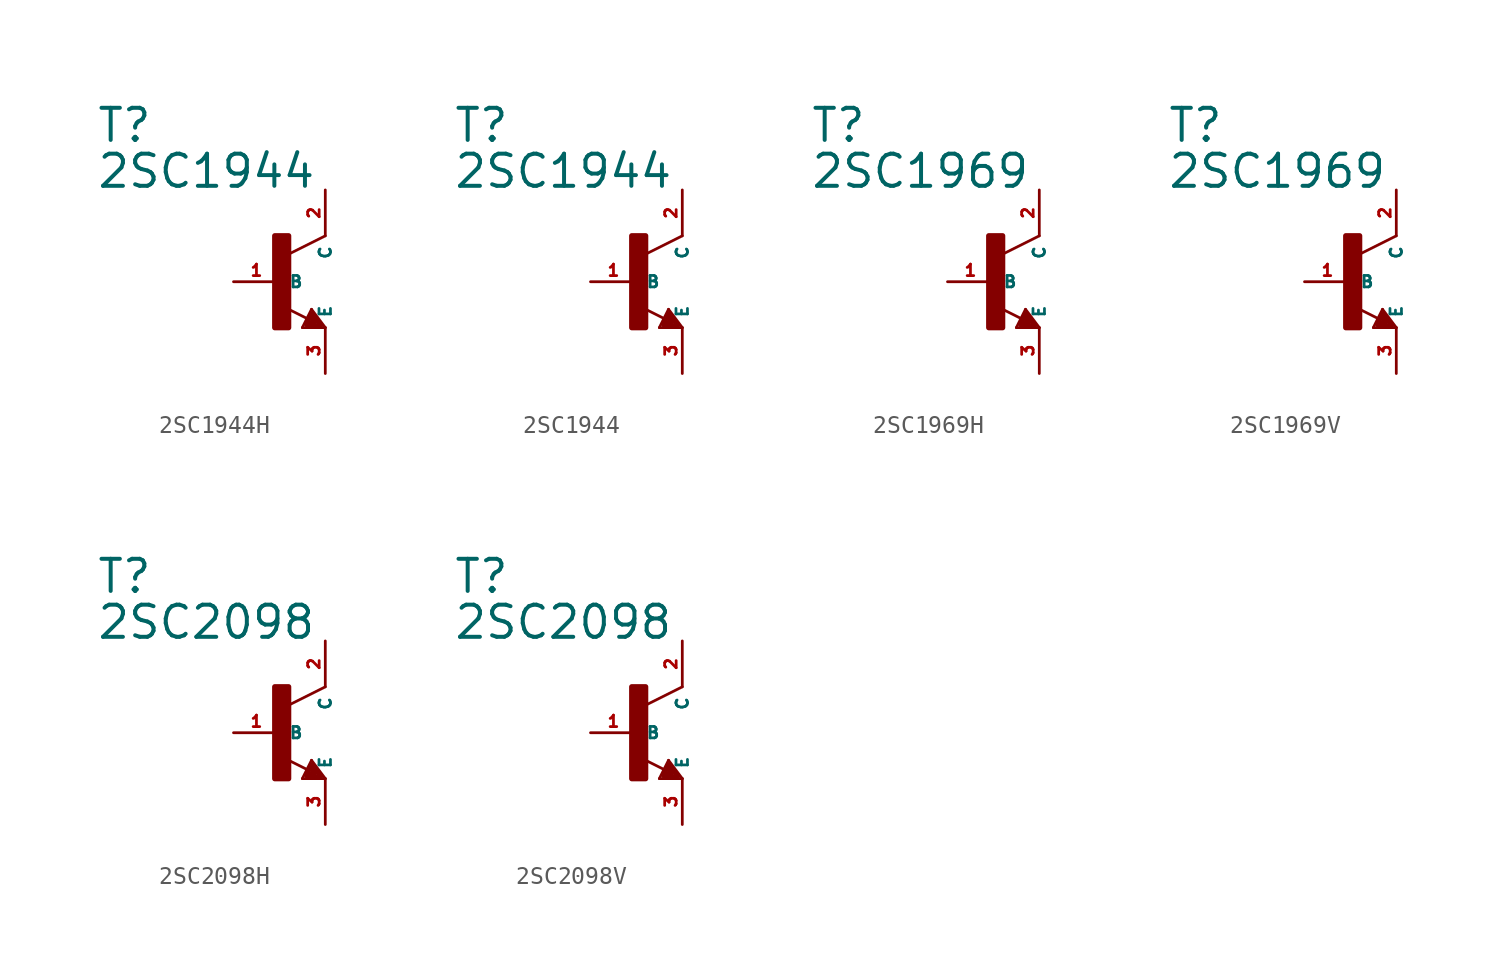
<source format=kicad_sym>
(kicad_symbol_lib
  (version 20220914)
  (generator Eagle2Kicad)
  (symbol "2SC1944H"
    (property "Reference" "T"
      (at -10.16 7.62 0)
      (effects (font (size 1.778 1.778) (thickness 0.22)) (justify left bottom)))
    (property "Value" "2SC1944"
      (at -10.16 5.08 0)
      (effects (font (size 1.778 1.778) (thickness 0.22)) (justify left bottom)))
    (polyline
      (pts (xy 2.54 2.54) (xy 0.508 1.524))
      (stroke (width 0.152) (type default))
      (fill (type none)))
    (polyline
      (pts (xy 1.778 -1.524) (xy 2.54 -2.54))
      (stroke (width 0.152) (type default))
      (fill (type none)))
    (polyline
      (pts (xy 2.54 -2.54) (xy 1.27 -2.54))
      (stroke (width 0.152) (type default))
      (fill (type none)))
    (polyline
      (pts (xy 1.27 -2.54) (xy 1.778 -1.524))
      (stroke (width 0.152) (type default))
      (fill (type none)))
    (polyline
      (pts (xy 1.54 -2.04) (xy 0.308 -1.424))
      (stroke (width 0.152) (type default))
      (fill (type none)))
    (polyline
      (pts (xy 1.524 -2.413) (xy 2.286 -2.413))
      (stroke (width 0.254) (type default))
      (fill (type none)))
    (polyline
      (pts (xy 2.286 -2.413) (xy 1.778 -1.778))
      (stroke (width 0.254) (type default))
      (fill (type none)))
    (polyline
      (pts (xy 1.778 -1.778) (xy 1.524 -2.286))
      (stroke (width 0.254) (type default))
      (fill (type none)))
    (polyline
      (pts (xy 1.524 -2.286) (xy 1.905 -2.286))
      (stroke (width 0.254) (type default))
      (fill (type none)))
    (polyline
      (pts (xy 1.905 -2.286) (xy 1.778 -2.032))
      (stroke (width 0.254) (type default))
      (fill (type none)))
    (rectangle
      (start -0.254 -2.54)
      (end 0.508 2.54)
      (stroke (width 0.3) (type default))
      (fill (type outline)))
    (pin passive line
      (at -2.54 0 0)
      (length 2.54)
      (name "B" (effects (font (size 0.635 0.635) (thickness 0.08)) (justify left bottom)))
      (number "1" (effects (font (size 0.635 0.635) (thickness 0.08)) (justify left bottom))))
    (pin passive line
      (at 2.54 -5.08 90)
      (length 2.54)
      (name "E" (effects (font (size 0.635 0.635) (thickness 0.08)) (justify left bottom)))
      (number "3" (effects (font (size 0.635 0.635) (thickness 0.08)) (justify left bottom))))
    (pin passive line
      (at 2.54 5.08 270)
      (length 2.54)
      (name "C" (effects (font (size 0.635 0.635) (thickness 0.08)) (justify left bottom)))
      (number "2" (effects (font (size 0.635 0.635) (thickness 0.08)) (justify left bottom)))))
  (symbol "2SC1944"
    (property "Reference" "T"
      (at -10.16 7.62 0)
      (effects (font (size 1.778 1.778) (thickness 0.22)) (justify left bottom)))
    (property "Value" "2SC1944"
      (at -10.16 5.08 0)
      (effects (font (size 1.778 1.778) (thickness 0.22)) (justify left bottom)))
    (polyline
      (pts (xy 2.54 2.54) (xy 0.508 1.524))
      (stroke (width 0.152) (type default))
      (fill (type none)))
    (polyline
      (pts (xy 1.778 -1.524) (xy 2.54 -2.54))
      (stroke (width 0.152) (type default))
      (fill (type none)))
    (polyline
      (pts (xy 2.54 -2.54) (xy 1.27 -2.54))
      (stroke (width 0.152) (type default))
      (fill (type none)))
    (polyline
      (pts (xy 1.27 -2.54) (xy 1.778 -1.524))
      (stroke (width 0.152) (type default))
      (fill (type none)))
    (polyline
      (pts (xy 1.54 -2.04) (xy 0.308 -1.424))
      (stroke (width 0.152) (type default))
      (fill (type none)))
    (polyline
      (pts (xy 1.524 -2.413) (xy 2.286 -2.413))
      (stroke (width 0.254) (type default))
      (fill (type none)))
    (polyline
      (pts (xy 2.286 -2.413) (xy 1.778 -1.778))
      (stroke (width 0.254) (type default))
      (fill (type none)))
    (polyline
      (pts (xy 1.778 -1.778) (xy 1.524 -2.286))
      (stroke (width 0.254) (type default))
      (fill (type none)))
    (polyline
      (pts (xy 1.524 -2.286) (xy 1.905 -2.286))
      (stroke (width 0.254) (type default))
      (fill (type none)))
    (polyline
      (pts (xy 1.905 -2.286) (xy 1.778 -2.032))
      (stroke (width 0.254) (type default))
      (fill (type none)))
    (rectangle
      (start -0.254 -2.54)
      (end 0.508 2.54)
      (stroke (width 0.3) (type default))
      (fill (type outline)))
    (pin passive line
      (at -2.54 0 0)
      (length 2.54)
      (name "B" (effects (font (size 0.635 0.635) (thickness 0.08)) (justify left bottom)))
      (number "1" (effects (font (size 0.635 0.635) (thickness 0.08)) (justify left bottom))))
    (pin passive line
      (at 2.54 -5.08 90)
      (length 2.54)
      (name "E" (effects (font (size 0.635 0.635) (thickness 0.08)) (justify left bottom)))
      (number "3" (effects (font (size 0.635 0.635) (thickness 0.08)) (justify left bottom))))
    (pin passive line
      (at 2.54 5.08 270)
      (length 2.54)
      (name "C" (effects (font (size 0.635 0.635) (thickness 0.08)) (justify left bottom)))
      (number "2" (effects (font (size 0.635 0.635) (thickness 0.08)) (justify left bottom)))))
  (symbol "2SC1969H"
    (property "Reference" "T"
      (at -10.16 7.62 0)
      (effects (font (size 1.778 1.778) (thickness 0.22)) (justify left bottom)))
    (property "Value" "2SC1969"
      (at -10.16 5.08 0)
      (effects (font (size 1.778 1.778) (thickness 0.22)) (justify left bottom)))
    (polyline
      (pts (xy 2.54 2.54) (xy 0.508 1.524))
      (stroke (width 0.152) (type default))
      (fill (type none)))
    (polyline
      (pts (xy 1.778 -1.524) (xy 2.54 -2.54))
      (stroke (width 0.152) (type default))
      (fill (type none)))
    (polyline
      (pts (xy 2.54 -2.54) (xy 1.27 -2.54))
      (stroke (width 0.152) (type default))
      (fill (type none)))
    (polyline
      (pts (xy 1.27 -2.54) (xy 1.778 -1.524))
      (stroke (width 0.152) (type default))
      (fill (type none)))
    (polyline
      (pts (xy 1.54 -2.04) (xy 0.308 -1.424))
      (stroke (width 0.152) (type default))
      (fill (type none)))
    (polyline
      (pts (xy 1.524 -2.413) (xy 2.286 -2.413))
      (stroke (width 0.254) (type default))
      (fill (type none)))
    (polyline
      (pts (xy 2.286 -2.413) (xy 1.778 -1.778))
      (stroke (width 0.254) (type default))
      (fill (type none)))
    (polyline
      (pts (xy 1.778 -1.778) (xy 1.524 -2.286))
      (stroke (width 0.254) (type default))
      (fill (type none)))
    (polyline
      (pts (xy 1.524 -2.286) (xy 1.905 -2.286))
      (stroke (width 0.254) (type default))
      (fill (type none)))
    (polyline
      (pts (xy 1.905 -2.286) (xy 1.778 -2.032))
      (stroke (width 0.254) (type default))
      (fill (type none)))
    (rectangle
      (start -0.254 -2.54)
      (end 0.508 2.54)
      (stroke (width 0.3) (type default))
      (fill (type outline)))
    (pin passive line
      (at -2.54 0 0)
      (length 2.54)
      (name "B" (effects (font (size 0.635 0.635) (thickness 0.08)) (justify left bottom)))
      (number "1" (effects (font (size 0.635 0.635) (thickness 0.08)) (justify left bottom))))
    (pin passive line
      (at 2.54 -5.08 90)
      (length 2.54)
      (name "E" (effects (font (size 0.635 0.635) (thickness 0.08)) (justify left bottom)))
      (number "3" (effects (font (size 0.635 0.635) (thickness 0.08)) (justify left bottom))))
    (pin passive line
      (at 2.54 5.08 270)
      (length 2.54)
      (name "C" (effects (font (size 0.635 0.635) (thickness 0.08)) (justify left bottom)))
      (number "2" (effects (font (size 0.635 0.635) (thickness 0.08)) (justify left bottom)))))
  (symbol "2SC1969V"
    (property "Reference" "T"
      (at -10.16 7.62 0)
      (effects (font (size 1.778 1.778) (thickness 0.22)) (justify left bottom)))
    (property "Value" "2SC1969"
      (at -10.16 5.08 0)
      (effects (font (size 1.778 1.778) (thickness 0.22)) (justify left bottom)))
    (polyline
      (pts (xy 2.54 2.54) (xy 0.508 1.524))
      (stroke (width 0.152) (type default))
      (fill (type none)))
    (polyline
      (pts (xy 1.778 -1.524) (xy 2.54 -2.54))
      (stroke (width 0.152) (type default))
      (fill (type none)))
    (polyline
      (pts (xy 2.54 -2.54) (xy 1.27 -2.54))
      (stroke (width 0.152) (type default))
      (fill (type none)))
    (polyline
      (pts (xy 1.27 -2.54) (xy 1.778 -1.524))
      (stroke (width 0.152) (type default))
      (fill (type none)))
    (polyline
      (pts (xy 1.54 -2.04) (xy 0.308 -1.424))
      (stroke (width 0.152) (type default))
      (fill (type none)))
    (polyline
      (pts (xy 1.524 -2.413) (xy 2.286 -2.413))
      (stroke (width 0.254) (type default))
      (fill (type none)))
    (polyline
      (pts (xy 2.286 -2.413) (xy 1.778 -1.778))
      (stroke (width 0.254) (type default))
      (fill (type none)))
    (polyline
      (pts (xy 1.778 -1.778) (xy 1.524 -2.286))
      (stroke (width 0.254) (type default))
      (fill (type none)))
    (polyline
      (pts (xy 1.524 -2.286) (xy 1.905 -2.286))
      (stroke (width 0.254) (type default))
      (fill (type none)))
    (polyline
      (pts (xy 1.905 -2.286) (xy 1.778 -2.032))
      (stroke (width 0.254) (type default))
      (fill (type none)))
    (rectangle
      (start -0.254 -2.54)
      (end 0.508 2.54)
      (stroke (width 0.3) (type default))
      (fill (type outline)))
    (pin passive line
      (at -2.54 0 0)
      (length 2.54)
      (name "B" (effects (font (size 0.635 0.635) (thickness 0.08)) (justify left bottom)))
      (number "1" (effects (font (size 0.635 0.635) (thickness 0.08)) (justify left bottom))))
    (pin passive line
      (at 2.54 -5.08 90)
      (length 2.54)
      (name "E" (effects (font (size 0.635 0.635) (thickness 0.08)) (justify left bottom)))
      (number "3" (effects (font (size 0.635 0.635) (thickness 0.08)) (justify left bottom))))
    (pin passive line
      (at 2.54 5.08 270)
      (length 2.54)
      (name "C" (effects (font (size 0.635 0.635) (thickness 0.08)) (justify left bottom)))
      (number "2" (effects (font (size 0.635 0.635) (thickness 0.08)) (justify left bottom)))))
  (symbol "2SC2098H"
    (property "Reference" "T"
      (at -10.16 7.62 0)
      (effects (font (size 1.778 1.778) (thickness 0.22)) (justify left bottom)))
    (property "Value" "2SC2098"
      (at -10.16 5.08 0)
      (effects (font (size 1.778 1.778) (thickness 0.22)) (justify left bottom)))
    (polyline
      (pts (xy 2.54 2.54) (xy 0.508 1.524))
      (stroke (width 0.152) (type default))
      (fill (type none)))
    (polyline
      (pts (xy 1.778 -1.524) (xy 2.54 -2.54))
      (stroke (width 0.152) (type default))
      (fill (type none)))
    (polyline
      (pts (xy 2.54 -2.54) (xy 1.27 -2.54))
      (stroke (width 0.152) (type default))
      (fill (type none)))
    (polyline
      (pts (xy 1.27 -2.54) (xy 1.778 -1.524))
      (stroke (width 0.152) (type default))
      (fill (type none)))
    (polyline
      (pts (xy 1.54 -2.04) (xy 0.308 -1.424))
      (stroke (width 0.152) (type default))
      (fill (type none)))
    (polyline
      (pts (xy 1.524 -2.413) (xy 2.286 -2.413))
      (stroke (width 0.254) (type default))
      (fill (type none)))
    (polyline
      (pts (xy 2.286 -2.413) (xy 1.778 -1.778))
      (stroke (width 0.254) (type default))
      (fill (type none)))
    (polyline
      (pts (xy 1.778 -1.778) (xy 1.524 -2.286))
      (stroke (width 0.254) (type default))
      (fill (type none)))
    (polyline
      (pts (xy 1.524 -2.286) (xy 1.905 -2.286))
      (stroke (width 0.254) (type default))
      (fill (type none)))
    (polyline
      (pts (xy 1.905 -2.286) (xy 1.778 -2.032))
      (stroke (width 0.254) (type default))
      (fill (type none)))
    (rectangle
      (start -0.254 -2.54)
      (end 0.508 2.54)
      (stroke (width 0.3) (type default))
      (fill (type outline)))
    (pin passive line
      (at -2.54 0 0)
      (length 2.54)
      (name "B" (effects (font (size 0.635 0.635) (thickness 0.08)) (justify left bottom)))
      (number "1" (effects (font (size 0.635 0.635) (thickness 0.08)) (justify left bottom))))
    (pin passive line
      (at 2.54 -5.08 90)
      (length 2.54)
      (name "E" (effects (font (size 0.635 0.635) (thickness 0.08)) (justify left bottom)))
      (number "3" (effects (font (size 0.635 0.635) (thickness 0.08)) (justify left bottom))))
    (pin passive line
      (at 2.54 5.08 270)
      (length 2.54)
      (name "C" (effects (font (size 0.635 0.635) (thickness 0.08)) (justify left bottom)))
      (number "2" (effects (font (size 0.635 0.635) (thickness 0.08)) (justify left bottom)))))
  (symbol "2SC2098V"
    (property "Reference" "T"
      (at -10.16 7.62 0)
      (effects (font (size 1.778 1.778) (thickness 0.22)) (justify left bottom)))
    (property "Value" "2SC2098"
      (at -10.16 5.08 0)
      (effects (font (size 1.778 1.778) (thickness 0.22)) (justify left bottom)))
    (polyline
      (pts (xy 2.54 2.54) (xy 0.508 1.524))
      (stroke (width 0.152) (type default))
      (fill (type none)))
    (polyline
      (pts (xy 1.778 -1.524) (xy 2.54 -2.54))
      (stroke (width 0.152) (type default))
      (fill (type none)))
    (polyline
      (pts (xy 2.54 -2.54) (xy 1.27 -2.54))
      (stroke (width 0.152) (type default))
      (fill (type none)))
    (polyline
      (pts (xy 1.27 -2.54) (xy 1.778 -1.524))
      (stroke (width 0.152) (type default))
      (fill (type none)))
    (polyline
      (pts (xy 1.54 -2.04) (xy 0.308 -1.424))
      (stroke (width 0.152) (type default))
      (fill (type none)))
    (polyline
      (pts (xy 1.524 -2.413) (xy 2.286 -2.413))
      (stroke (width 0.254) (type default))
      (fill (type none)))
    (polyline
      (pts (xy 2.286 -2.413) (xy 1.778 -1.778))
      (stroke (width 0.254) (type default))
      (fill (type none)))
    (polyline
      (pts (xy 1.778 -1.778) (xy 1.524 -2.286))
      (stroke (width 0.254) (type default))
      (fill (type none)))
    (polyline
      (pts (xy 1.524 -2.286) (xy 1.905 -2.286))
      (stroke (width 0.254) (type default))
      (fill (type none)))
    (polyline
      (pts (xy 1.905 -2.286) (xy 1.778 -2.032))
      (stroke (width 0.254) (type default))
      (fill (type none)))
    (rectangle
      (start -0.254 -2.54)
      (end 0.508 2.54)
      (stroke (width 0.3) (type default))
      (fill (type outline)))
    (pin passive line
      (at -2.54 0 0)
      (length 2.54)
      (name "B" (effects (font (size 0.635 0.635) (thickness 0.08)) (justify left bottom)))
      (number "1" (effects (font (size 0.635 0.635) (thickness 0.08)) (justify left bottom))))
    (pin passive line
      (at 2.54 -5.08 90)
      (length 2.54)
      (name "E" (effects (font (size 0.635 0.635) (thickness 0.08)) (justify left bottom)))
      (number "3" (effects (font (size 0.635 0.635) (thickness 0.08)) (justify left bottom))))
    (pin passive line
      (at 2.54 5.08 270)
      (length 2.54)
      (name "C" (effects (font (size 0.635 0.635) (thickness 0.08)) (justify left bottom)))
      (number "2" (effects (font (size 0.635 0.635) (thickness 0.08)) (justify left bottom))))))
</source>
